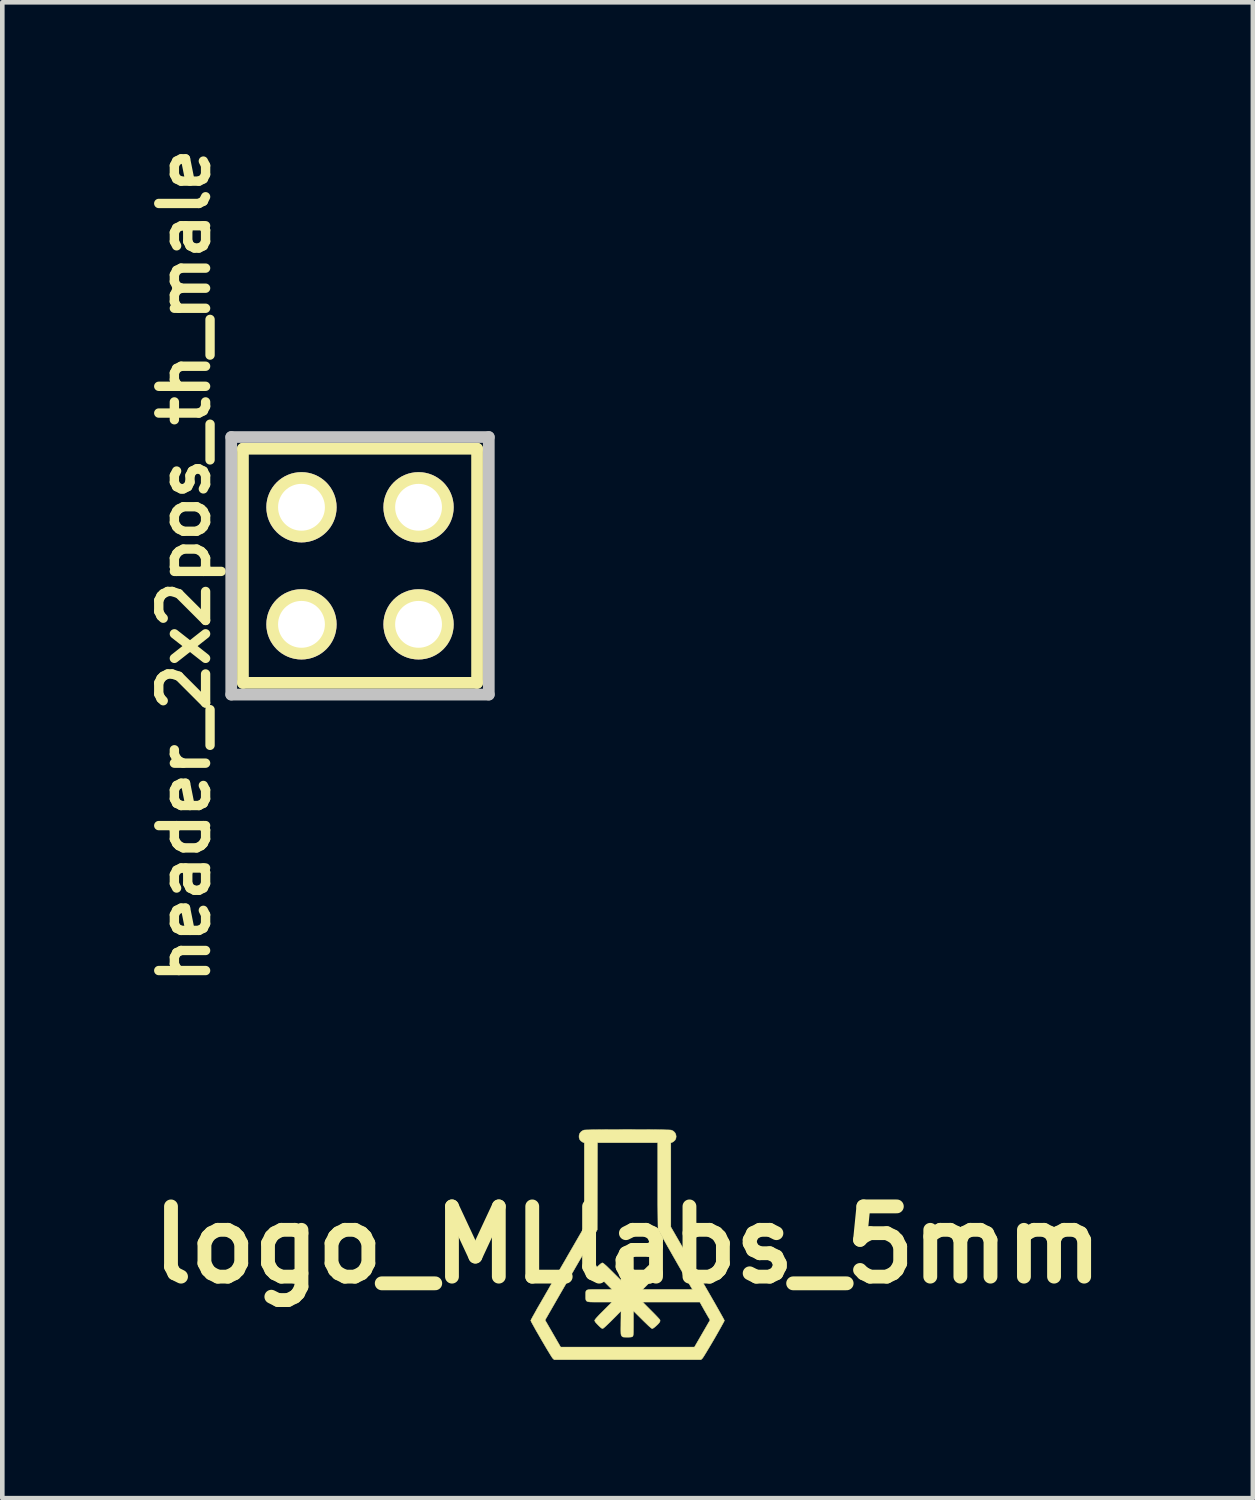
<source format=kicad_pcb>
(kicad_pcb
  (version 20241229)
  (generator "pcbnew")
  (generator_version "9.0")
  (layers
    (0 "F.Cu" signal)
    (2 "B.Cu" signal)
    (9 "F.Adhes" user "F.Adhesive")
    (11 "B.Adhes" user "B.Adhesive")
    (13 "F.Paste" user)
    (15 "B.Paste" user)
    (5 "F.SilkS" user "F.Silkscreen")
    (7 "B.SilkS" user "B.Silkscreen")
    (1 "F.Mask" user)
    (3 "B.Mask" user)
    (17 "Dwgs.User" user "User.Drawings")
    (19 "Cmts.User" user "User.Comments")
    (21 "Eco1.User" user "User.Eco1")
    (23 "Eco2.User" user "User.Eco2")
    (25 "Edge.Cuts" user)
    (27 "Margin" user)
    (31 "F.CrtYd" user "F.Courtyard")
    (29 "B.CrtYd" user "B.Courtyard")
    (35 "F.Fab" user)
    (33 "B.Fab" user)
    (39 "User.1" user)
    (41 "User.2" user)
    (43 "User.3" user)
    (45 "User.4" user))
  (footprint "logo_MLlabs_5mm"
    (layer "F.Cu")
    (at 10.566 23.959)
    (property "Reference" "logo_MLlabs_5mm" (at 0 0 0) (layer "F.SilkS") (effects (font (size 1.524 1.524) (thickness 0.3))))
    (attr through_hole)
    (fp_poly (pts (xy 0.172 -2.501) (xy 0.289 -2.501) (xy 0.401 -2.501) (xy 0.508 -2.5) (xy 0.607 -2.499) (xy 0.696 -2.498) (xy 0.775 -2.497) (xy 0.841 -2.495) (xy 0.893 -2.494) (xy 0.929 -2.492) (xy 0.948 -2.49) (xy 0.948 -2.49) (xy 0.994 -2.468) (xy 1.027 -2.435) (xy 1.047 -2.395) (xy 1.054 -2.352) (xy 1.048 -2.309) (xy 1.028 -2.27) (xy 0.993 -2.239) (xy 0.977 -2.23) (xy 0.938 -2.213) (xy 0.938 -1.301) (xy 0.938 -0.389) (xy 1.201 0.067) (xy 1.256 0.163) (xy 1.32 0.274) (xy 1.389 0.394) (xy 1.462 0.52) (xy 1.537 0.65) (xy 1.611 0.779) (xy 1.684 0.904) (xy 1.752 1.022) (xy 1.782 1.074) (xy 1.837 1.17) (xy 1.889 1.26) (xy 1.937 1.345) (xy 1.98 1.421) (xy 2.018 1.489) (xy 2.05 1.546) (xy 2.075 1.591) (xy 2.092 1.623) (xy 2.1 1.639) (xy 2.1 1.641) (xy 2.096 1.654) (xy 2.082 1.681) (xy 2.06 1.721) (xy 2.032 1.772) (xy 1.999 1.831) (xy 1.962 1.897) (xy 1.922 1.967) (xy 1.88 2.04) (xy 1.837 2.113) (xy 1.795 2.184) (xy 1.755 2.251) (xy 1.718 2.313) (xy 1.685 2.367) (xy 1.658 2.411) (xy 1.637 2.443) (xy 1.624 2.462) (xy 1.621 2.464) (xy 1.592 2.491) (xy -1.592 2.491) (xy -1.621 2.464) (xy -1.632 2.451) (xy -1.65 2.423) (xy -1.676 2.382) (xy -1.707 2.331) (xy -1.743 2.272) (xy -1.782 2.206) (xy -1.823 2.136) (xy -1.866 2.063) (xy -1.908 1.99) (xy -1.949 1.919) (xy -1.988 1.852) (xy -2.022 1.79) (xy -2.052 1.736) (xy -2.076 1.693) (xy -2.092 1.661) (xy -2.1 1.644) (xy -2.1 1.641) (xy -2.097 1.632) (xy -1.79 1.632) (xy -1.621 1.925) (xy -1.452 2.218) (xy 1.451 2.218) (xy 1.621 1.924) (xy 1.79 1.631) (xy 1.723 1.516) (xy 1.694 1.465) (xy 1.662 1.41) (xy 1.634 1.359) (xy 1.612 1.321) (xy 1.568 1.241) (xy 0.948 1.241) (xy 0.327 1.241) (xy 0.509 1.424) (xy 0.559 1.474) (xy 0.604 1.52) (xy 0.642 1.56) (xy 0.673 1.593) (xy 0.693 1.616) (xy 0.701 1.626) (xy 0.706 1.649) (xy 0.698 1.671) (xy 0.683 1.693) (xy 0.658 1.721) (xy 0.628 1.75) (xy 0.596 1.778) (xy 0.567 1.801) (xy 0.544 1.814) (xy 0.535 1.817) (xy 0.521 1.811) (xy 0.496 1.791) (xy 0.458 1.758) (xy 0.409 1.711) (xy 0.346 1.65) (xy 0.32 1.624) (xy 0.127 1.432) (xy 0.127 1.699) (xy 0.127 1.78) (xy 0.126 1.843) (xy 0.126 1.891) (xy 0.124 1.927) (xy 0.122 1.952) (xy 0.119 1.968) (xy 0.115 1.979) (xy 0.111 1.985) (xy 0.1 1.993) (xy 0.085 1.998) (xy 0.06 2.001) (xy 0.021 2.003) (xy -0.006 2.003) (xy -0.051 2.002) (xy -0.081 2.001) (xy -0.1 1.998) (xy -0.113 1.991) (xy -0.123 1.981) (xy -0.127 1.976) (xy -0.133 1.968) (xy -0.138 1.958) (xy -0.141 1.945) (xy -0.144 1.926) (xy -0.145 1.898) (xy -0.146 1.86) (xy -0.146 1.809) (xy -0.145 1.742) (xy -0.145 1.693) (xy -0.144 1.625) (xy -0.143 1.563) (xy -0.143 1.511) (xy -0.142 1.47) (xy -0.142 1.445) (xy -0.142 1.436) (xy -0.149 1.443) (xy -0.168 1.461) (xy -0.197 1.49) (xy -0.234 1.528) (xy -0.278 1.572) (xy -0.327 1.621) (xy -0.328 1.622) (xy -0.378 1.672) (xy -0.425 1.717) (xy -0.466 1.756) (xy -0.499 1.786) (xy -0.524 1.806) (xy -0.536 1.814) (xy -0.548 1.814) (xy -0.563 1.808) (xy -0.584 1.792) (xy -0.613 1.766) (xy -0.636 1.743) (xy -0.674 1.703) (xy -0.699 1.674) (xy -0.711 1.652) (xy -0.713 1.642) (xy -0.71 1.63) (xy -0.699 1.614) (xy -0.68 1.59) (xy -0.651 1.558) (xy -0.611 1.515) (xy -0.558 1.462) (xy -0.525 1.429) (xy -0.337 1.241) (xy -0.6 1.241) (xy -0.686 1.241) (xy -0.754 1.24) (xy -0.807 1.239) (xy -0.846 1.235) (xy -0.874 1.227) (xy -0.892 1.216) (xy -0.902 1.2) (xy -0.907 1.178) (xy -0.909 1.149) (xy -0.909 1.113) (xy -0.909 1.102) (xy -0.909 1.064) (xy -0.908 1.034) (xy -0.905 1.011) (xy -0.896 0.994) (xy -0.881 0.982) (xy -0.857 0.974) (xy -0.821 0.97) (xy -0.773 0.968) (xy -0.71 0.967) (xy -0.631 0.967) (xy -0.604 0.967) (xy -0.338 0.967) (xy -0.53 0.774) (xy -0.585 0.718) (xy -0.633 0.668) (xy -0.672 0.626) (xy -0.701 0.593) (xy -0.718 0.571) (xy -0.723 0.562) (xy -0.716 0.545) (xy -0.697 0.521) (xy -0.67 0.491) (xy -0.639 0.46) (xy -0.607 0.431) (xy -0.578 0.407) (xy -0.556 0.393) (xy -0.547 0.391) (xy -0.535 0.395) (xy -0.516 0.408) (xy -0.489 0.431) (xy -0.451 0.465) (xy -0.403 0.512) (xy -0.343 0.571) (xy -0.333 0.581) (xy -0.142 0.771) (xy -0.145 0.51) (xy -0.146 0.425) (xy -0.146 0.357) (xy -0.145 0.305) (xy -0.141 0.266) (xy -0.134 0.239) (xy -0.123 0.221) (xy -0.106 0.211) (xy -0.084 0.206) (xy -0.054 0.205) (xy -0.016 0.205) (xy -0.005 0.205) (xy 0.044 0.206) (xy 0.078 0.208) (xy 0.099 0.213) (xy 0.111 0.22) (xy 0.112 0.221) (xy 0.116 0.227) (xy 0.12 0.239) (xy 0.123 0.258) (xy 0.125 0.286) (xy 0.126 0.325) (xy 0.127 0.379) (xy 0.127 0.448) (xy 0.127 0.506) (xy 0.127 0.776) (xy 0.32 0.583) (xy 0.385 0.52) (xy 0.436 0.47) (xy 0.477 0.433) (xy 0.506 0.408) (xy 0.526 0.394) (xy 0.536 0.391) (xy 0.556 0.398) (xy 0.586 0.419) (xy 0.622 0.452) (xy 0.663 0.493) (xy 0.689 0.524) (xy 0.703 0.549) (xy 0.706 0.569) (xy 0.701 0.582) (xy 0.692 0.593) (xy 0.671 0.617) (xy 0.639 0.65) (xy 0.6 0.691) (xy 0.555 0.738) (xy 0.509 0.784) (xy 0.327 0.967) (xy 1.408 0.967) (xy 1.389 0.935) (xy 1.368 0.9) (xy 1.339 0.851) (xy 1.304 0.792) (xy 1.264 0.723) (xy 1.22 0.646) (xy 1.172 0.563) (xy 1.122 0.476) (xy 1.07 0.385) (xy 1.018 0.294) (xy 0.966 0.203) (xy 0.915 0.113) (xy 0.866 0.028) (xy 0.821 -0.053) (xy 0.779 -0.126) (xy 0.742 -0.191) (xy 0.712 -0.246) (xy 0.688 -0.29) (xy 0.671 -0.32) (xy 0.664 -0.335) (xy 0.663 -0.336) (xy 0.662 -0.35) (xy 0.661 -0.382) (xy 0.66 -0.431) (xy 0.659 -0.496) (xy 0.658 -0.575) (xy 0.657 -0.667) (xy 0.656 -0.771) (xy 0.655 -0.884) (xy 0.655 -1.007) (xy 0.655 -1.137) (xy 0.655 -1.274) (xy 0.655 -1.292) (xy 0.655 -2.218) (xy -0.654 -2.218) (xy -0.659 -0.327) (xy -0.871 0.039) (xy -0.926 0.135) (xy -0.987 0.241) (xy -1.052 0.353) (xy -1.117 0.465) (xy -1.18 0.575) (xy -1.238 0.675) (xy -1.28 0.747) (xy -1.37 0.902) (xy -1.451 1.042) (xy -1.523 1.167) (xy -1.586 1.277) (xy -1.64 1.371) (xy -1.685 1.449) (xy -1.72 1.51) (xy -1.746 1.556) (xy -1.763 1.585) (xy -1.766 1.59) (xy -1.79 1.632) (xy -2.097 1.632) (xy -2.096 1.63) (xy -2.082 1.603) (xy -2.061 1.563) (xy -2.032 1.512) (xy -1.998 1.451) (xy -1.96 1.382) (xy -1.917 1.308) (xy -1.889 1.26) (xy -1.836 1.168) (xy -1.779 1.069) (xy -1.72 0.967) (xy -1.662 0.865) (xy -1.606 0.769) (xy -1.556 0.682) (xy -1.515 0.611) (xy -1.471 0.535) (xy -1.42 0.446) (xy -1.363 0.349) (xy -1.305 0.247) (xy -1.246 0.145) (xy -1.189 0.047) (xy -1.144 -0.031) (xy -0.938 -0.388) (xy -0.938 -1.301) (xy -0.938 -2.213) (xy -0.977 -2.23) (xy -1.017 -2.258) (xy -1.042 -2.294) (xy -1.053 -2.336) (xy -1.051 -2.38) (xy -1.036 -2.421) (xy -1.007 -2.457) (xy -0.966 -2.483) (xy -0.948 -2.49) (xy -0.932 -2.492) (xy -0.898 -2.494) (xy -0.847 -2.495) (xy -0.783 -2.497) (xy -0.705 -2.498) (xy -0.616 -2.499) (xy -0.518 -2.5) (xy -0.413 -2.501) (xy -0.301 -2.501) (xy -0.185 -2.501) (xy -0.066 -2.502) (xy 0.054 -2.502) (xy 0.172 -2.501)) (stroke (width 0.01) (type solid)) (fill yes) (layer "F.SilkS")))
  (footprint "header_2x2pos_th_male"
    (layer "F.Cu")
    (at 4.761 9.226)
    (property "Reference" "header_2x2pos_th_male" (at -3.81 0 270) (layer "F.SilkS") (effects (font (size 1.016 1.016) (thickness 0.203))))
    (attr smd)
    (fp_line (start -2.54 -2.54) (end 2.54 -2.54) (stroke (width 0.254) (type solid)) (layer "F.SilkS"))
    (fp_line (start -2.54 2.54) (end -2.54 -2.54) (stroke (width 0.254) (type solid)) (layer "F.SilkS"))
    (fp_line (start 2.54 -2.54) (end 2.54 2.54) (stroke (width 0.254) (type solid)) (layer "F.SilkS"))
    (fp_line (start 2.54 2.54) (end -2.54 2.54) (stroke (width 0.254) (type solid)) (layer "F.SilkS"))
    (fp_line (start -2.794 -2.794) (end 2.794 -2.794) (stroke (width 0.254) (type solid)) (layer "Dwgs.User"))
    (fp_line (start -2.794 2.794) (end -2.794 -2.794) (stroke (width 0.254) (type solid)) (layer "Dwgs.User"))
    (fp_line (start 2.794 -2.794) (end 2.794 2.794) (stroke (width 0.254) (type solid)) (layer "Dwgs.User"))
    (fp_line (start 2.794 2.794) (end -2.794 2.794) (stroke (width 0.254) (type solid)) (layer "Dwgs.User"))
    (pad "1" thru_hole circle (at -1.27 1.27) (size 1.524 1.524) (drill 1.016) (layers "*.Cu" "*.Mask" "F.SilkS"))
    (pad "2" thru_hole circle (at -1.27 -1.27) (size 1.524 1.524) (drill 1.016) (layers "*.Cu" "*.Mask" "F.SilkS"))
    (pad "3" thru_hole circle (at 1.27 1.27) (size 1.524 1.524) (drill 1.016) (layers "*.Cu" "*.Mask" "F.SilkS"))
    (pad "4" thru_hole circle (at 1.27 -1.27) (size 1.524 1.524) (drill 1.016) (layers "*.Cu" "*.Mask" "F.SilkS")))
  (gr_rect
    (start -3 -3)
    (end 24.133 29.455)
    (stroke (width 0.1) (type default))
    (fill no)
    (layer "Edge.Cuts")))
</source>
